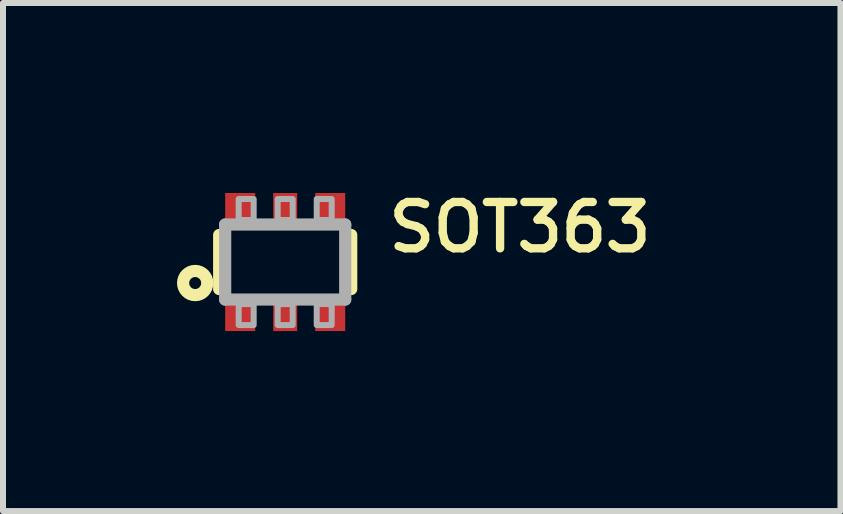
<source format=kicad_pcb>
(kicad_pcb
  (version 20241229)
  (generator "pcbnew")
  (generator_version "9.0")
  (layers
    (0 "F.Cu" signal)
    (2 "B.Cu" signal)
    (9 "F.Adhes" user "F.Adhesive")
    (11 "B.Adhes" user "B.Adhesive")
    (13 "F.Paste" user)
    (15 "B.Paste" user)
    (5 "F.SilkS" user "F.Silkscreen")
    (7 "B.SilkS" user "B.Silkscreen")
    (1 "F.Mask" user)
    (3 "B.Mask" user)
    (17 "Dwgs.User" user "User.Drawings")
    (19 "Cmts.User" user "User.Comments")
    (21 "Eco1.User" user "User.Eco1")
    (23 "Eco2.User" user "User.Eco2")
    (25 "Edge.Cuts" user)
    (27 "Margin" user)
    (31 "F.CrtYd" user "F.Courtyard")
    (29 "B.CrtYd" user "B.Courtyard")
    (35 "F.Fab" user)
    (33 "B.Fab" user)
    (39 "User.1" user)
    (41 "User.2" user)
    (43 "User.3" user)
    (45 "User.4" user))
  (footprint "SOT363"
    (layer "F.Cu")
    (at 1.702 1.316)
    (property "Reference" "SOT363" (at 1.651 -0.127 0) (layer "F.SilkS") (effects (font (size 0.772 0.772) (thickness 0.139)) (justify left bottom)))
    (attr through_hole)
    (fp_line (start -1.1 -0.45) (end -1.1 0.45) (stroke (width 0.203) (type solid)) (layer "F.SilkS"))
    (fp_line (start 1.1 -0.45) (end 1.1 0.45) (stroke (width 0.203) (type solid)) (layer "F.SilkS"))
    (fp_circle (center -1.5 0.35) (end -1.4 0.35) (stroke (width 0.203) (type solid)) (fill no) (layer "F.SilkS"))
    (fp_line (start -1 -0.625) (end 1 -0.625) (stroke (width 0.203) (type solid)) (layer "F.Fab"))
    (fp_line (start -1 0.625) (end -1 -0.625) (stroke (width 0.203) (type solid)) (layer "F.Fab"))
    (fp_line (start 1 -0.625) (end 1 0.625) (stroke (width 0.203) (type solid)) (layer "F.Fab"))
    (fp_line (start 1 0.625) (end -1 0.625) (stroke (width 0.203) (type solid)) (layer "F.Fab"))
    (fp_poly (pts (xy -0.775 -0.7) (xy -0.525 -0.7) (xy -0.525 -1.05) (xy -0.775 -1.05)) (stroke (width 0.1) (type solid)) (fill no) (layer "F.Fab"))
    (fp_poly (pts (xy -0.775 1.05) (xy -0.525 1.05) (xy -0.525 0.7) (xy -0.775 0.7)) (stroke (width 0.1) (type solid)) (fill no) (layer "F.Fab"))
    (fp_poly (pts (xy -0.125 -0.7) (xy 0.125 -0.7) (xy 0.125 -1.05) (xy -0.125 -1.05)) (stroke (width 0.1) (type solid)) (fill no) (layer "F.Fab"))
    (fp_poly (pts (xy -0.125 1.05) (xy 0.125 1.05) (xy 0.125 0.7) (xy -0.125 0.7)) (stroke (width 0.1) (type solid)) (fill no) (layer "F.Fab"))
    (fp_poly (pts (xy 0.525 -0.7) (xy 0.775 -0.7) (xy 0.775 -1.05) (xy 0.525 -1.05)) (stroke (width 0.1) (type solid)) (fill no) (layer "F.Fab"))
    (fp_poly (pts (xy 0.525 1.05) (xy 0.775 1.05) (xy 0.775 0.7) (xy 0.525 0.7)) (stroke (width 0.1) (type solid)) (fill no) (layer "F.Fab"))
    (pad "1" smd rect (at -0.75 0.9) (size 0.5 0.5) (layers "F.Cu" "F.Mask" "F.Paste"))
    (pad "2" smd rect (at 0 0.9) (size 0.4 0.5) (layers "F.Cu" "F.Mask" "F.Paste"))
    (pad "3" smd rect (at 0.75 0.9) (size 0.5 0.5) (layers "F.Cu" "F.Mask" "F.Paste"))
    (pad "4" smd rect (at 0.75 -0.9) (size 0.5 0.5) (layers "F.Cu" "F.Mask" "F.Paste"))
    (pad "5" smd rect (at 0 -0.9) (size 0.4 0.5) (layers "F.Cu" "F.Mask" "F.Paste"))
    (pad "6" smd rect (at -0.75 -0.9) (size 0.5 0.5) (layers "F.Cu" "F.Mask" "F.Paste")))
  (gr_rect
    (start -3 -3)
    (end 10.954 5.466)
    (stroke (width 0.1) (type default))
    (fill no)
    (layer "Edge.Cuts")))
</source>
